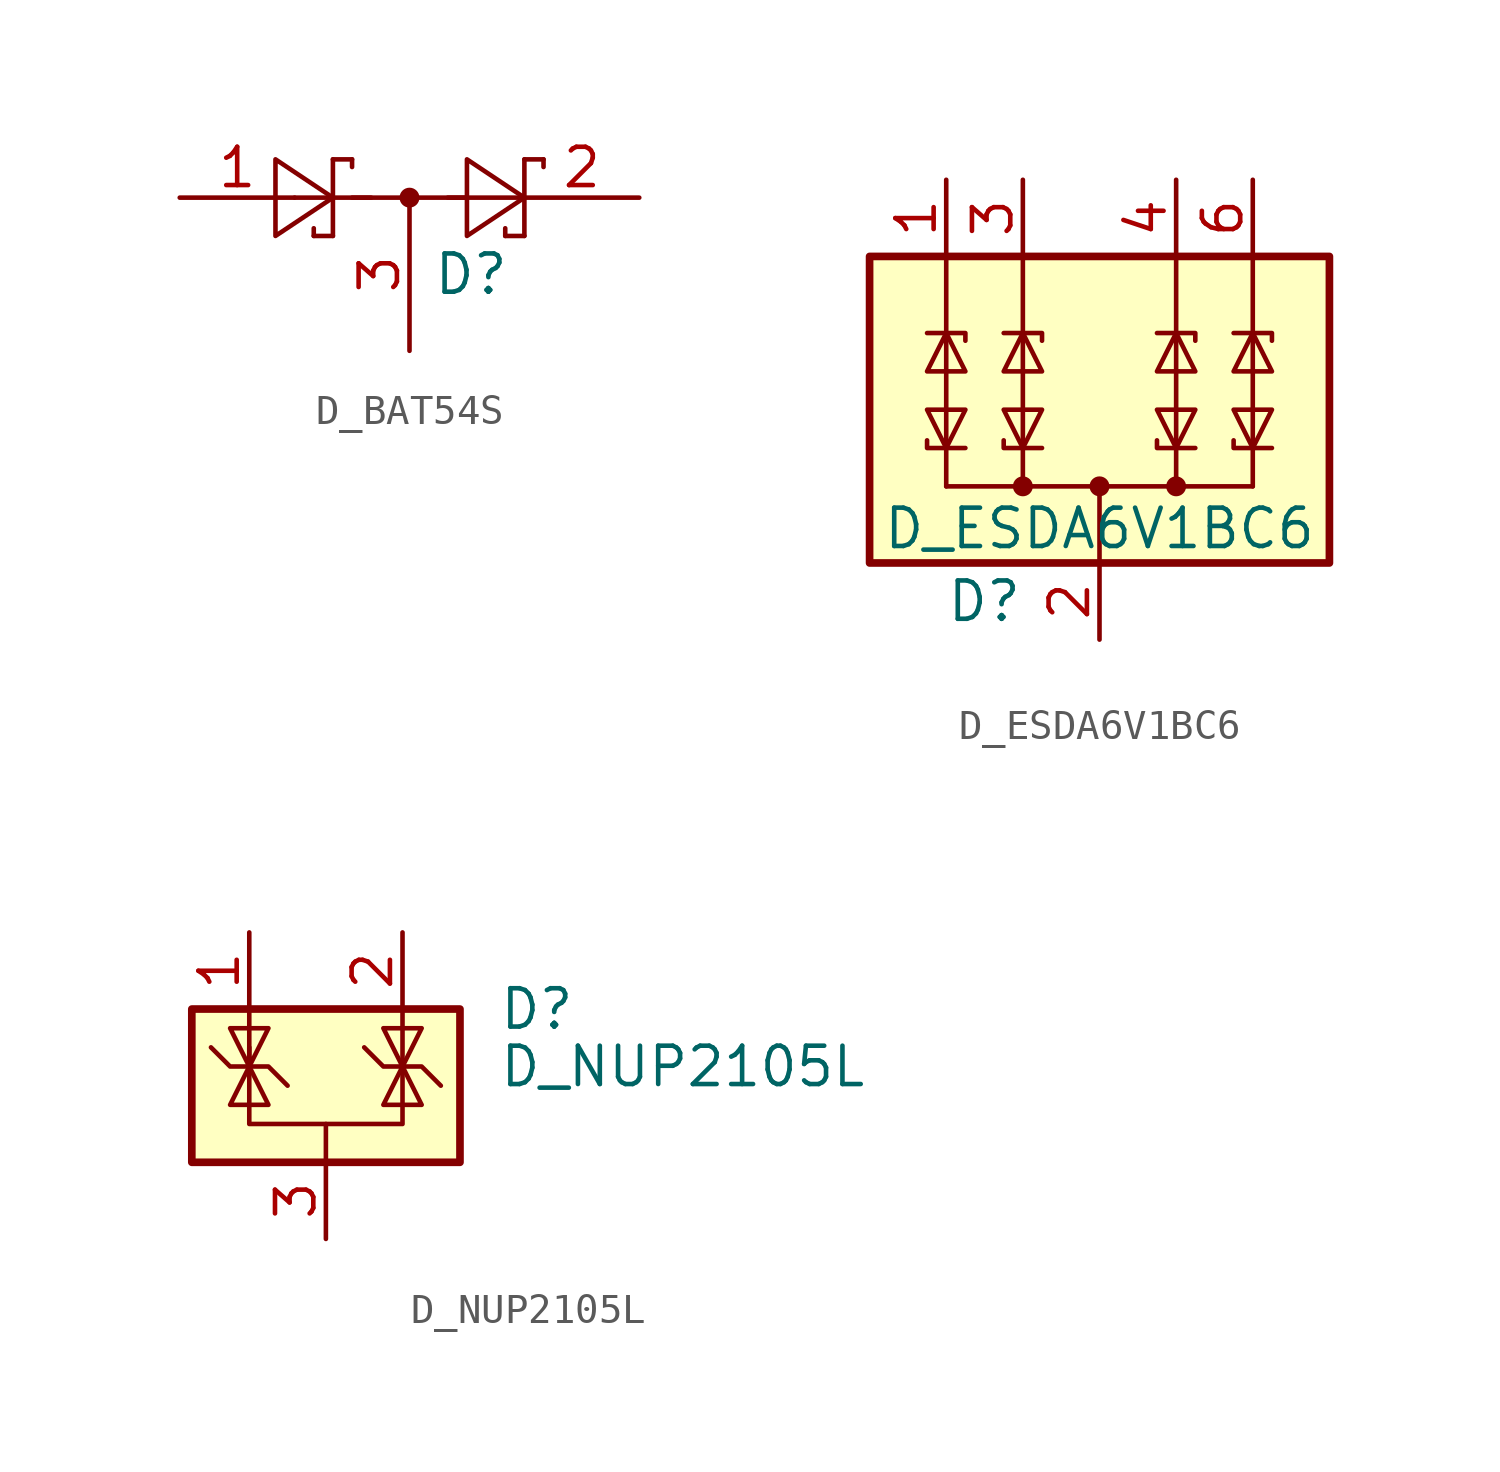
<source format=kicad_sym>
(kicad_symbol_lib
  (version 20211014)
  (generator kicad_symbol_editor)
  (symbol "D_BAT54S"
    (pin_names
      (offset 1.016))
    (property "Reference" "D"
      (at 0.762 -2.54 0)
      (effects (font (size 1.27 1.27)) (justify left)))
    (symbol "D_BAT54S_0_1"
      (polyline (pts (xy -3.81 0) (xy -1.27 0)) (stroke (width 0) (type default) (color 0 0 0 0)) (fill (type none)))
      (polyline (pts (xy -3.175 -1.27) (xy -3.175 -1.016)) (stroke (width 0) (type default) (color 0 0 0 0)) (fill (type none)))
      (polyline (pts (xy -2.54 -1.27) (xy -3.175 -1.27)) (stroke (width 0) (type default) (color 0 0 0 0)) (fill (type none)))
      (polyline (pts (xy -2.54 -1.27) (xy -2.54 1.27)) (stroke (width 0) (type default) (color 0 0 0 0)) (fill (type none)))
      (polyline (pts (xy -2.54 1.27) (xy -1.905 1.27)) (stroke (width 0) (type default) (color 0 0 0 0)) (fill (type none)))
      (polyline (pts (xy -1.905 0) (xy 1.905 0)) (stroke (width 0) (type default) (color 0 0 0 0)) (fill (type none)))
      (polyline (pts (xy -1.905 1.27) (xy -1.905 1.016)) (stroke (width 0) (type default) (color 0 0 0 0)) (fill (type none)))
      (polyline (pts (xy 1.27 0) (xy 3.81 0)) (stroke (width 0) (type default) (color 0 0 0 0)) (fill (type none)))
      (polyline (pts (xy 3.175 -1.27) (xy 3.175 -1.016)) (stroke (width 0) (type default) (color 0 0 0 0)) (fill (type none)))
      (polyline (pts (xy 3.81 -1.27) (xy 3.175 -1.27)) (stroke (width 0) (type default) (color 0 0 0 0)) (fill (type none)))
      (polyline (pts (xy 3.81 -1.27) (xy 3.81 1.27)) (stroke (width 0) (type default) (color 0 0 0 0)) (fill (type none)))
      (polyline (pts (xy 3.81 1.27) (xy 4.445 1.27)) (stroke (width 0) (type default) (color 0 0 0 0)) (fill (type none)))
      (polyline (pts (xy 4.445 1.27) (xy 4.445 1.016)) (stroke (width 0) (type default) (color 0 0 0 0)) (fill (type none)))
      (polyline (pts (xy -4.445 1.27) (xy -4.445 -1.27) (xy -2.54 0) (xy -4.445 1.27)) (stroke (width 0) (type default) (color 0 0 0 0)) (fill (type none)))
      (polyline (pts (xy 1.905 1.27) (xy 1.905 -1.27) (xy 3.81 0) (xy 1.905 1.27)) (stroke (width 0) (type default) (color 0 0 0 0)) (fill (type none)))
      (circle (center 0 0) (radius 0.254) (stroke (width 0) (type default) (color 0 0 0 0)) (fill (type outline))))
    (symbol "D_BAT54S_1_1"
      (pin passive line (at -7.62 0 0) (length 3.81) (name "~" (effects (font (size 1.27 1.27)))) (number "1" (effects (font (size 1.27 1.27)))))
      (pin passive line (at 7.62 0 180) (length 3.81) (name "~" (effects (font (size 1.27 1.27)))) (number "2" (effects (font (size 1.27 1.27)))))
      (pin passive line (at 0 -5.08 90) (length 5.08) (name "~" (effects (font (size 1.27 1.27)))) (number "3" (effects (font (size 1.27 1.27)))))))
  (symbol "D_ESDA6V1BC6"
    (pin_names hide)
    (property "Reference" "D"
      (at -2.54 -6.35 0)
      (effects (font (size 1.27 1.27)) (justify right)))
    (property "Value" "D_ESDA6V1BC6"
      (at 0 -3.937 0)
      (effects (font (size 1.27 1.27))))
    (symbol "D_ESDA6V1BC6_0_0"
      (pin passive line (at 0 -7.62 90) (length 2.54) (name "COM" (effects (font (size 1.27 1.27)))) (number "2" (effects (font (size 1.27 1.27))))))
    (symbol "D_ESDA6V1BC6_0_1"
      (rectangle (start -7.62 5.08) (end 7.62 -5.08) (stroke (width 0.254) (type default) (color 0 0 0 0)) (fill (type background)))
      (circle (center -2.54 -2.54) (radius 0.254) (stroke (width 0) (type default) (color 0 0 0 0)) (fill (type outline)))
      (circle (center 0 -2.54) (radius 0.254) (stroke (width 0) (type default) (color 0 0 0 0)) (fill (type outline)))
      (polyline (pts (xy -5.08 -2.54) (xy -5.08 -1.27)) (stroke (width 0) (type default) (color 0 0 0 0)) (fill (type none)))
      (polyline (pts (xy -5.08 -2.54) (xy 5.08 -2.54)) (stroke (width 0) (type default) (color 0 0 0 0)) (fill (type none)))
      (polyline (pts (xy -5.08 2.54) (xy -5.08 -1.27)) (stroke (width 0) (type default) (color 0 0 0 0)) (fill (type none)))
      (polyline (pts (xy -5.08 5.08) (xy -5.08 2.54)) (stroke (width 0) (type default) (color 0 0 0 0)) (fill (type none)))
      (polyline (pts (xy -2.54 -2.54) (xy -2.54 -1.27)) (stroke (width 0) (type default) (color 0 0 0 0)) (fill (type none)))
      (polyline (pts (xy -2.54 2.54) (xy -2.54 -1.27)) (stroke (width 0) (type default) (color 0 0 0 0)) (fill (type none)))
      (polyline (pts (xy -2.54 5.08) (xy -2.54 2.54)) (stroke (width 0) (type default) (color 0 0 0 0)) (fill (type none)))
      (polyline (pts (xy 0 -2.54) (xy 0 -5.08)) (stroke (width 0) (type default) (color 0 0 0 0)) (fill (type none)))
      (polyline (pts (xy 2.54 -2.54) (xy 2.54 -1.27)) (stroke (width 0) (type default) (color 0 0 0 0)) (fill (type none)))
      (polyline (pts (xy 2.54 2.54) (xy 2.54 -1.27)) (stroke (width 0) (type default) (color 0 0 0 0)) (fill (type none)))
      (polyline (pts (xy 2.54 5.08) (xy 2.54 2.54)) (stroke (width 0) (type default) (color 0 0 0 0)) (fill (type none)))
      (polyline (pts (xy 5.08 -2.54) (xy 5.08 -1.27)) (stroke (width 0) (type default) (color 0 0 0 0)) (fill (type none)))
      (polyline (pts (xy 5.08 2.54) (xy 5.08 -1.27)) (stroke (width 0) (type default) (color 0 0 0 0)) (fill (type none)))
      (polyline (pts (xy 5.08 5.08) (xy 5.08 2.54)) (stroke (width 0) (type default) (color 0 0 0 0)) (fill (type none)))
      (polyline (pts (xy -5.715 -1.016) (xy -5.715 -1.27) (xy -4.445 -1.27)) (stroke (width 0) (type default) (color 0 0 0 0)) (fill (type none)))
      (polyline (pts (xy -5.715 2.54) (xy -4.445 2.54) (xy -4.445 2.286)) (stroke (width 0) (type default) (color 0 0 0 0)) (fill (type none)))
      (polyline (pts (xy -3.175 -1.016) (xy -3.175 -1.27) (xy -1.905 -1.27)) (stroke (width 0) (type default) (color 0 0 0 0)) (fill (type none)))
      (polyline (pts (xy -3.175 2.54) (xy -1.905 2.54) (xy -1.905 2.286)) (stroke (width 0) (type default) (color 0 0 0 0)) (fill (type none)))
      (polyline (pts (xy 1.905 -1.016) (xy 1.905 -1.27) (xy 3.175 -1.27)) (stroke (width 0) (type default) (color 0 0 0 0)) (fill (type none)))
      (polyline (pts (xy 1.905 2.54) (xy 3.175 2.54) (xy 3.175 2.286)) (stroke (width 0) (type default) (color 0 0 0 0)) (fill (type none)))
      (polyline (pts (xy 4.445 -1.016) (xy 4.445 -1.27) (xy 5.715 -1.27)) (stroke (width 0) (type default) (color 0 0 0 0)) (fill (type none)))
      (polyline (pts (xy 4.445 2.54) (xy 5.715 2.54) (xy 5.715 2.286)) (stroke (width 0) (type default) (color 0 0 0 0)) (fill (type none)))
      (polyline (pts (xy -5.08 -1.27) (xy -5.715 0) (xy -4.445 0) (xy -5.08 -1.27)) (stroke (width 0) (type default) (color 0 0 0 0)) (fill (type none)))
      (polyline (pts (xy -5.08 2.54) (xy -4.445 1.27) (xy -5.715 1.27) (xy -5.08 2.54)) (stroke (width 0) (type default) (color 0 0 0 0)) (fill (type none)))
      (polyline (pts (xy -2.54 -1.27) (xy -3.175 0) (xy -1.905 0) (xy -2.54 -1.27)) (stroke (width 0) (type default) (color 0 0 0 0)) (fill (type none)))
      (polyline (pts (xy -2.54 2.54) (xy -1.905 1.27) (xy -3.175 1.27) (xy -2.54 2.54)) (stroke (width 0) (type default) (color 0 0 0 0)) (fill (type none)))
      (polyline (pts (xy 2.54 -1.27) (xy 1.905 0) (xy 3.175 0) (xy 2.54 -1.27)) (stroke (width 0) (type default) (color 0 0 0 0)) (fill (type none)))
      (polyline (pts (xy 2.54 2.54) (xy 3.175 1.27) (xy 1.905 1.27) (xy 2.54 2.54)) (stroke (width 0) (type default) (color 0 0 0 0)) (fill (type none)))
      (polyline (pts (xy 5.08 -1.27) (xy 4.445 0) (xy 5.715 0) (xy 5.08 -1.27)) (stroke (width 0) (type default) (color 0 0 0 0)) (fill (type none)))
      (polyline (pts (xy 5.08 2.54) (xy 5.715 1.27) (xy 4.445 1.27) (xy 5.08 2.54)) (stroke (width 0) (type default) (color 0 0 0 0)) (fill (type none)))
      (circle (center 2.54 -2.54) (radius 0.254) (stroke (width 0) (type default) (color 0 0 0 0)) (fill (type outline))))
    (symbol "D_ESDA6V1BC6_1_1"
      (pin passive line (at -5.08 7.62 270) (length 2.54) (name "TVS1" (effects (font (size 1.27 1.27)))) (number "1" (effects (font (size 1.27 1.27)))))
      (pin passive line (at -2.54 7.62 270) (length 2.54) (name "TVS2" (effects (font (size 1.27 1.27)))) (number "3" (effects (font (size 1.27 1.27)))))
      (pin passive line (at 2.54 7.62 270) (length 2.54) (name "TVS3" (effects (font (size 1.27 1.27)))) (number "4" (effects (font (size 1.27 1.27)))))
      (pin passive line (at 0 -7.62 90) (length 2.54) hide (name "COM" (effects (font (size 1.27 1.27)))) (number "5" (effects (font (size 1.27 1.27)))))
      (pin passive line (at 5.08 7.62 270) (length 2.54) (name "TVS4" (effects (font (size 1.27 1.27)))) (number "6" (effects (font (size 1.27 1.27)))))))
  (symbol "D_NUP2105L"
    (pin_names hide)
    (property "Reference" "D"
      (at 5.715 2.54 0)
      (effects (font (size 1.27 1.27)) (justify left)))
    (property "Value" "D_NUP2105L"
      (at 5.715 0.635 0)
      (effects (font (size 1.27 1.27)) (justify left)))
    (symbol "D_NUP2105L_0_0"
      (pin passive line (at 0 -5.08 90) (length 2.54) (name "A" (effects (font (size 1.27 1.27)))) (number "3" (effects (font (size 1.27 1.27))))))
    (symbol "D_NUP2105L_0_1"
      (rectangle (start -4.445 2.54) (end 4.445 -2.54) (stroke (width 0.254) (type default) (color 0 0 0 0)) (fill (type background)))
      (polyline (pts (xy -2.54 2.54) (xy -2.54 0.635)) (stroke (width 0) (type default) (color 0 0 0 0)) (fill (type none)))
      (polyline (pts (xy 0 -1.27) (xy 0 -2.54)) (stroke (width 0) (type default) (color 0 0 0 0)) (fill (type none)))
      (polyline (pts (xy 2.54 2.54) (xy 2.54 0.635)) (stroke (width 0) (type default) (color 0 0 0 0)) (fill (type none)))
      (polyline (pts (xy -3.81 1.27) (xy -3.175 0.635) (xy -1.905 0.635) (xy -1.27 0)) (stroke (width 0) (type default) (color 0 0 0 0)) (fill (type none)))
      (polyline (pts (xy -2.54 0.635) (xy -2.54 -1.27) (xy 2.54 -1.27) (xy 2.54 0.635)) (stroke (width 0) (type default) (color 0 0 0 0)) (fill (type none)))
      (polyline (pts (xy -2.54 0.635) (xy -1.905 -0.635) (xy -3.175 -0.635) (xy -2.54 0.635)) (stroke (width 0) (type default) (color 0 0 0 0)) (fill (type none)))
      (polyline (pts (xy 2.54 0.635) (xy 1.905 -0.635) (xy 3.175 -0.635) (xy 2.54 0.635)) (stroke (width 0) (type default) (color 0 0 0 0)) (fill (type none)))
      (polyline (pts (xy 2.54 0.635) (xy 3.175 1.905) (xy 1.905 1.905) (xy 2.54 0.635)) (stroke (width 0) (type default) (color 0 0 0 0)) (fill (type none)))
      (polyline (pts (xy -2.54 0.635) (xy -3.175 1.905) (xy -1.905 1.905) (xy -2.54 0.635) (xy -2.54 1.27)) (stroke (width 0) (type default) (color 0 0 0 0)) (fill (type none)))
      (polyline (pts (xy 1.27 1.27) (xy 1.905 0.635) (xy 2.54 0.635) (xy 3.175 0.635) (xy 3.81 0)) (stroke (width 0) (type default) (color 0 0 0 0)) (fill (type none))))
    (symbol "D_NUP2105L_1_1"
      (pin passive line (at -2.54 5.08 270) (length 2.54) (name "K" (effects (font (size 1.27 1.27)))) (number "1" (effects (font (size 1.27 1.27)))))
      (pin passive line (at 2.54 5.08 270) (length 2.54) (name "K" (effects (font (size 1.27 1.27)))) (number "2" (effects (font (size 1.27 1.27))))))))
</source>
